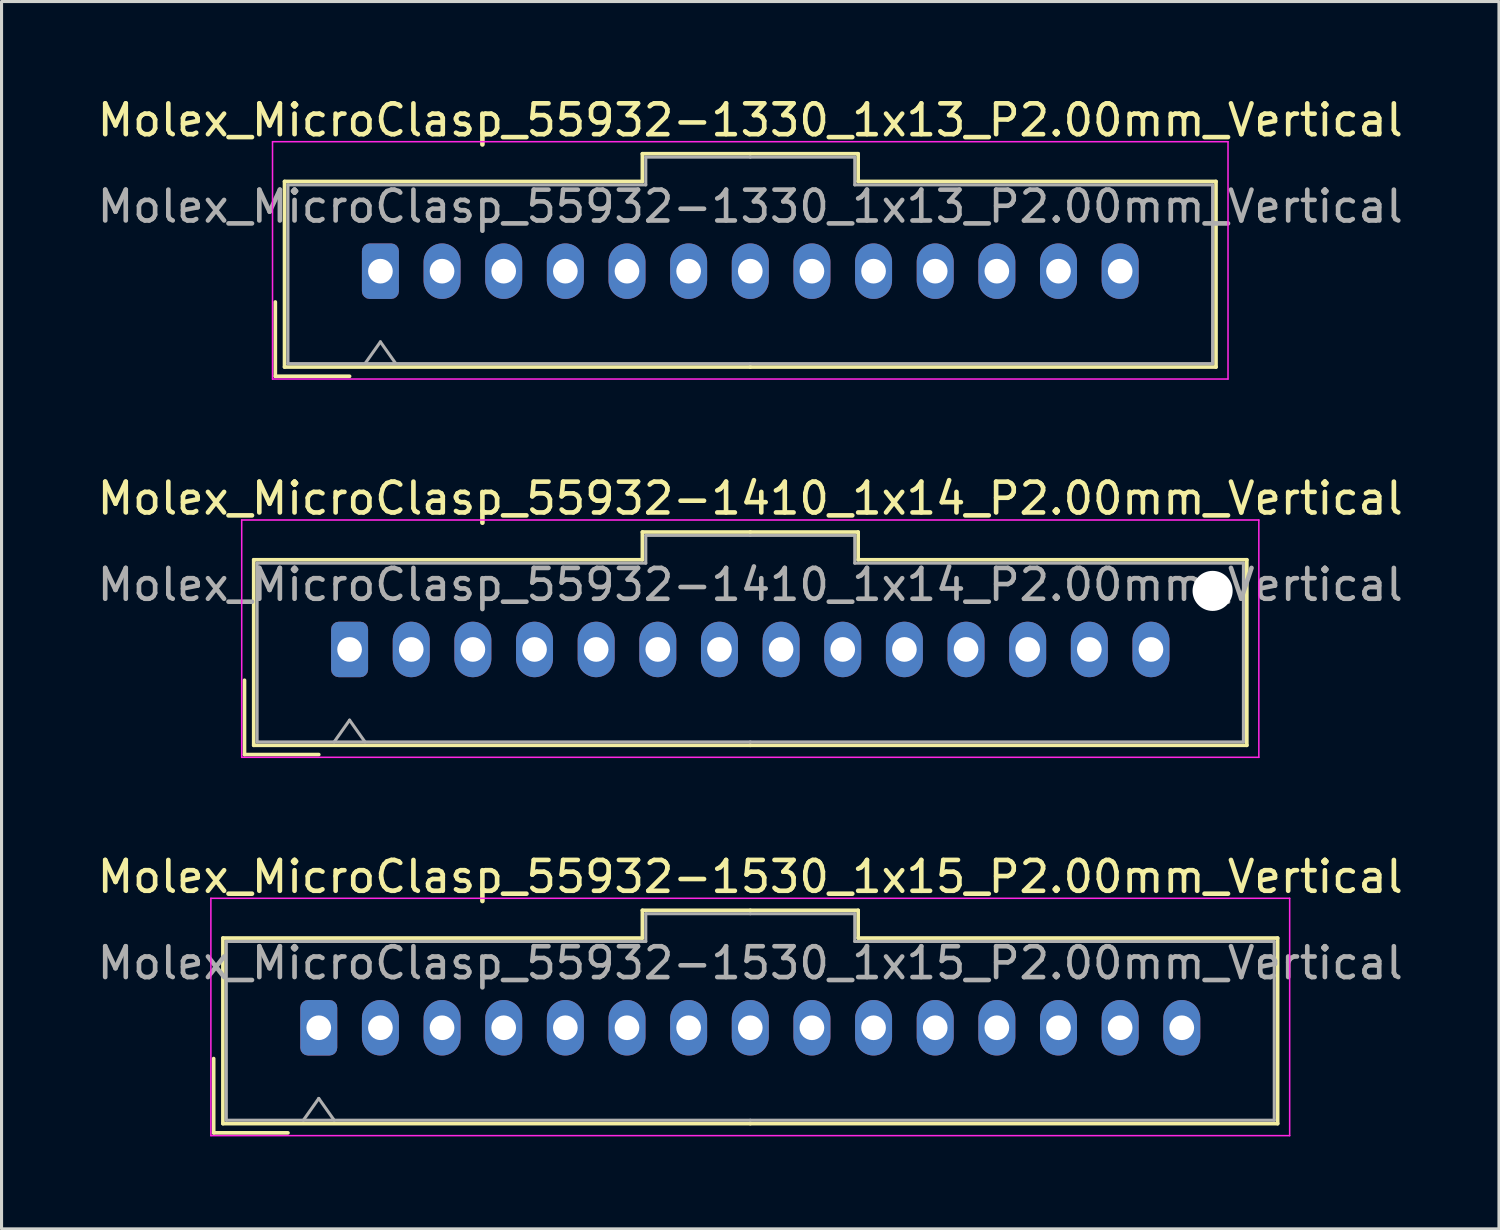
<source format=kicad_pcb>
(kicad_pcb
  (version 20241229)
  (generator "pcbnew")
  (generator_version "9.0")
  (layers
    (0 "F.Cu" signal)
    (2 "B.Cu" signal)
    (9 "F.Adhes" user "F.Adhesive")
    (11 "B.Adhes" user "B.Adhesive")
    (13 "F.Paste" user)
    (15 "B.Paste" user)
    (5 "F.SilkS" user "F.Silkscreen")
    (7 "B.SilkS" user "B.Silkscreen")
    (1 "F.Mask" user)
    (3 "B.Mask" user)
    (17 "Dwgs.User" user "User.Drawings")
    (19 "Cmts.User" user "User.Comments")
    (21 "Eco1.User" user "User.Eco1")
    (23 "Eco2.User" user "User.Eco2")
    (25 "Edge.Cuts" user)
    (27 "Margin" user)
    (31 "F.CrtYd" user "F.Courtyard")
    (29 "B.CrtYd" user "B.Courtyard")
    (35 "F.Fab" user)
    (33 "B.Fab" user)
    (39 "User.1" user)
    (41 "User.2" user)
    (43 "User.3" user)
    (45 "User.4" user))
  (footprint "Molex_MicroClasp_55932-1530_1x15_P2.00mm_Vertical"
    (layer "F.Cu")
    (at 7.292 30.295)
    (property "Reference" "Molex_MicroClasp_55932-1530_1x15_P2.00mm_Vertical" (at 14 -4.9 0) (layer "F.SilkS") (effects (font (size 1 1) (thickness 0.15))))
    (attr through_hole)
    (fp_line (start -3.41 1) (end -3.41 3.41) (stroke (width 0.12) (type solid)) (layer "F.SilkS"))
    (fp_line (start -3.41 3.41) (end -1 3.41) (stroke (width 0.12) (type solid)) (layer "F.SilkS"))
    (fp_line (start -3.11 -2.91) (end -3.11 3.11) (stroke (width 0.12) (type solid)) (layer "F.SilkS"))
    (fp_line (start -3.11 3.11) (end 14 3.11) (stroke (width 0.12) (type solid)) (layer "F.SilkS"))
    (fp_line (start 10.5 -3.81) (end 10.5 -2.91) (stroke (width 0.12) (type solid)) (layer "F.SilkS"))
    (fp_line (start 10.5 -2.91) (end -3.11 -2.91) (stroke (width 0.12) (type solid)) (layer "F.SilkS"))
    (fp_line (start 14 -3.81) (end 10.5 -3.81) (stroke (width 0.12) (type solid)) (layer "F.SilkS"))
    (fp_line (start 14 -3.81) (end 17.5 -3.81) (stroke (width 0.12) (type solid)) (layer "F.SilkS"))
    (fp_line (start 17.5 -3.81) (end 17.5 -2.91) (stroke (width 0.12) (type solid)) (layer "F.SilkS"))
    (fp_line (start 17.5 -2.91) (end 31.11 -2.91) (stroke (width 0.12) (type solid)) (layer "F.SilkS"))
    (fp_line (start 31.11 -2.91) (end 31.11 3.11) (stroke (width 0.12) (type solid)) (layer "F.SilkS"))
    (fp_line (start 31.11 3.11) (end 14 3.11) (stroke (width 0.12) (type solid)) (layer "F.SilkS"))
    (fp_line (start -3.5 -4.2) (end -3.5 3.5) (stroke (width 0.05) (type solid)) (layer "F.CrtYd"))
    (fp_line (start -3.5 3.5) (end 31.5 3.5) (stroke (width 0.05) (type solid)) (layer "F.CrtYd"))
    (fp_line (start 31.5 -4.2) (end -3.5 -4.2) (stroke (width 0.05) (type solid)) (layer "F.CrtYd"))
    (fp_line (start 31.5 3.5) (end 31.5 -4.2) (stroke (width 0.05) (type solid)) (layer "F.CrtYd"))
    (fp_line (start -3 -2.8) (end -3 3) (stroke (width 0.1) (type solid)) (layer "F.Fab"))
    (fp_line (start -3 3) (end 14 3) (stroke (width 0.1) (type solid)) (layer "F.Fab"))
    (fp_line (start -0.5 3) (end 0 2.293) (stroke (width 0.1) (type solid)) (layer "F.Fab"))
    (fp_line (start 0 2.293) (end 0.5 3) (stroke (width 0.1) (type solid)) (layer "F.Fab"))
    (fp_line (start 10.61 -3.7) (end 10.61 -2.8) (stroke (width 0.1) (type solid)) (layer "F.Fab"))
    (fp_line (start 10.61 -2.8) (end -3 -2.8) (stroke (width 0.1) (type solid)) (layer "F.Fab"))
    (fp_line (start 14 -3.7) (end 10.61 -3.7) (stroke (width 0.1) (type solid)) (layer "F.Fab"))
    (fp_line (start 14 -3.7) (end 17.39 -3.7) (stroke (width 0.1) (type solid)) (layer "F.Fab"))
    (fp_line (start 17.39 -3.7) (end 17.39 -2.8) (stroke (width 0.1) (type solid)) (layer "F.Fab"))
    (fp_line (start 17.39 -2.8) (end 31 -2.8) (stroke (width 0.1) (type solid)) (layer "F.Fab"))
    (fp_line (start 31 -2.8) (end 31 3) (stroke (width 0.1) (type solid)) (layer "F.Fab"))
    (fp_line (start 31 3) (end 14 3) (stroke (width 0.1) (type solid)) (layer "F.Fab"))
    (fp_text user "${REFERENCE}" (at 14 -2.1 0) (layer "F.Fab") (effects (font (size 1 1) (thickness 0.15))))
    (pad "1" thru_hole roundrect (at 0 0) (size 1.2 1.8) (drill 0.8) (layers "*.Cu" "*.Mask") (roundrect_rratio 0.208))
    (pad "2" thru_hole oval (at 2 0) (size 1.2 1.8) (drill 0.8) (layers "*.Cu" "*.Mask"))
    (pad "3" thru_hole oval (at 4 0) (size 1.2 1.8) (drill 0.8) (layers "*.Cu" "*.Mask"))
    (pad "4" thru_hole oval (at 6 0) (size 1.2 1.8) (drill 0.8) (layers "*.Cu" "*.Mask"))
    (pad "5" thru_hole oval (at 8 0) (size 1.2 1.8) (drill 0.8) (layers "*.Cu" "*.Mask"))
    (pad "6" thru_hole oval (at 10 0) (size 1.2 1.8) (drill 0.8) (layers "*.Cu" "*.Mask"))
    (pad "7" thru_hole oval (at 12 0) (size 1.2 1.8) (drill 0.8) (layers "*.Cu" "*.Mask"))
    (pad "8" thru_hole oval (at 14 0) (size 1.2 1.8) (drill 0.8) (layers "*.Cu" "*.Mask"))
    (pad "9" thru_hole oval (at 16 0) (size 1.2 1.8) (drill 0.8) (layers "*.Cu" "*.Mask"))
    (pad "10" thru_hole oval (at 18 0) (size 1.2 1.8) (drill 0.8) (layers "*.Cu" "*.Mask"))
    (pad "11" thru_hole oval (at 20 0) (size 1.2 1.8) (drill 0.8) (layers "*.Cu" "*.Mask"))
    (pad "12" thru_hole oval (at 22 0) (size 1.2 1.8) (drill 0.8) (layers "*.Cu" "*.Mask"))
    (pad "13" thru_hole oval (at 24 0) (size 1.2 1.8) (drill 0.8) (layers "*.Cu" "*.Mask"))
    (pad "14" thru_hole oval (at 26 0) (size 1.2 1.8) (drill 0.8) (layers "*.Cu" "*.Mask"))
    (pad "15" thru_hole oval (at 28 0) (size 1.2 1.8) (drill 0.8) (layers "*.Cu" "*.Mask")))
  (footprint "Molex_MicroClasp_55932-1330_1x13_P2.00mm_Vertical"
    (layer "F.Cu")
    (at 9.292 5.748)
    (property "Reference" "Molex_MicroClasp_55932-1330_1x13_P2.00mm_Vertical" (at 12 -4.9 0) (layer "F.SilkS") (effects (font (size 1 1) (thickness 0.15))))
    (attr through_hole)
    (fp_line (start -3.41 1) (end -3.41 3.41) (stroke (width 0.12) (type solid)) (layer "F.SilkS"))
    (fp_line (start -3.41 3.41) (end -1 3.41) (stroke (width 0.12) (type solid)) (layer "F.SilkS"))
    (fp_line (start -3.11 -2.91) (end -3.11 3.11) (stroke (width 0.12) (type solid)) (layer "F.SilkS"))
    (fp_line (start -3.11 3.11) (end 12 3.11) (stroke (width 0.12) (type solid)) (layer "F.SilkS"))
    (fp_line (start 8.5 -3.81) (end 8.5 -2.91) (stroke (width 0.12) (type solid)) (layer "F.SilkS"))
    (fp_line (start 8.5 -2.91) (end -3.11 -2.91) (stroke (width 0.12) (type solid)) (layer "F.SilkS"))
    (fp_line (start 12 -3.81) (end 8.5 -3.81) (stroke (width 0.12) (type solid)) (layer "F.SilkS"))
    (fp_line (start 12 -3.81) (end 15.5 -3.81) (stroke (width 0.12) (type solid)) (layer "F.SilkS"))
    (fp_line (start 15.5 -3.81) (end 15.5 -2.91) (stroke (width 0.12) (type solid)) (layer "F.SilkS"))
    (fp_line (start 15.5 -2.91) (end 27.11 -2.91) (stroke (width 0.12) (type solid)) (layer "F.SilkS"))
    (fp_line (start 27.11 -2.91) (end 27.11 3.11) (stroke (width 0.12) (type solid)) (layer "F.SilkS"))
    (fp_line (start 27.11 3.11) (end 12 3.11) (stroke (width 0.12) (type solid)) (layer "F.SilkS"))
    (fp_line (start -3.5 -4.2) (end -3.5 3.5) (stroke (width 0.05) (type solid)) (layer "F.CrtYd"))
    (fp_line (start -3.5 3.5) (end 27.5 3.5) (stroke (width 0.05) (type solid)) (layer "F.CrtYd"))
    (fp_line (start 27.5 -4.2) (end -3.5 -4.2) (stroke (width 0.05) (type solid)) (layer "F.CrtYd"))
    (fp_line (start 27.5 3.5) (end 27.5 -4.2) (stroke (width 0.05) (type solid)) (layer "F.CrtYd"))
    (fp_line (start -3 -2.8) (end -3 3) (stroke (width 0.1) (type solid)) (layer "F.Fab"))
    (fp_line (start -3 3) (end 12 3) (stroke (width 0.1) (type solid)) (layer "F.Fab"))
    (fp_line (start -0.5 3) (end 0 2.293) (stroke (width 0.1) (type solid)) (layer "F.Fab"))
    (fp_line (start 0 2.293) (end 0.5 3) (stroke (width 0.1) (type solid)) (layer "F.Fab"))
    (fp_line (start 8.61 -3.7) (end 8.61 -2.8) (stroke (width 0.1) (type solid)) (layer "F.Fab"))
    (fp_line (start 8.61 -2.8) (end -3 -2.8) (stroke (width 0.1) (type solid)) (layer "F.Fab"))
    (fp_line (start 12 -3.7) (end 8.61 -3.7) (stroke (width 0.1) (type solid)) (layer "F.Fab"))
    (fp_line (start 12 -3.7) (end 15.39 -3.7) (stroke (width 0.1) (type solid)) (layer "F.Fab"))
    (fp_line (start 15.39 -3.7) (end 15.39 -2.8) (stroke (width 0.1) (type solid)) (layer "F.Fab"))
    (fp_line (start 15.39 -2.8) (end 27 -2.8) (stroke (width 0.1) (type solid)) (layer "F.Fab"))
    (fp_line (start 27 -2.8) (end 27 3) (stroke (width 0.1) (type solid)) (layer "F.Fab"))
    (fp_line (start 27 3) (end 12 3) (stroke (width 0.1) (type solid)) (layer "F.Fab"))
    (fp_text user "${REFERENCE}" (at 12 -2.1 0) (layer "F.Fab") (effects (font (size 1 1) (thickness 0.15))))
    (pad "1" thru_hole roundrect (at 0 0) (size 1.2 1.8) (drill 0.8) (layers "*.Cu" "*.Mask") (roundrect_rratio 0.208))
    (pad "2" thru_hole oval (at 2 0) (size 1.2 1.8) (drill 0.8) (layers "*.Cu" "*.Mask"))
    (pad "3" thru_hole oval (at 4 0) (size 1.2 1.8) (drill 0.8) (layers "*.Cu" "*.Mask"))
    (pad "4" thru_hole oval (at 6 0) (size 1.2 1.8) (drill 0.8) (layers "*.Cu" "*.Mask"))
    (pad "5" thru_hole oval (at 8 0) (size 1.2 1.8) (drill 0.8) (layers "*.Cu" "*.Mask"))
    (pad "6" thru_hole oval (at 10 0) (size 1.2 1.8) (drill 0.8) (layers "*.Cu" "*.Mask"))
    (pad "7" thru_hole oval (at 12 0) (size 1.2 1.8) (drill 0.8) (layers "*.Cu" "*.Mask"))
    (pad "8" thru_hole oval (at 14 0) (size 1.2 1.8) (drill 0.8) (layers "*.Cu" "*.Mask"))
    (pad "9" thru_hole oval (at 16 0) (size 1.2 1.8) (drill 0.8) (layers "*.Cu" "*.Mask"))
    (pad "10" thru_hole oval (at 18 0) (size 1.2 1.8) (drill 0.8) (layers "*.Cu" "*.Mask"))
    (pad "11" thru_hole oval (at 20 0) (size 1.2 1.8) (drill 0.8) (layers "*.Cu" "*.Mask"))
    (pad "12" thru_hole oval (at 22 0) (size 1.2 1.8) (drill 0.8) (layers "*.Cu" "*.Mask"))
    (pad "13" thru_hole oval (at 24 0) (size 1.2 1.8) (drill 0.8) (layers "*.Cu" "*.Mask")))
  (footprint "Molex_MicroClasp_55932-1410_1x14_P2.00mm_Vertical"
    (layer "F.Cu")
    (at 8.292 18.021)
    (property "Reference" "Molex_MicroClasp_55932-1410_1x14_P2.00mm_Vertical" (at 13 -4.9 0) (layer "F.SilkS") (effects (font (size 1 1) (thickness 0.15))))
    (attr through_hole)
    (fp_line (start -3.41 1) (end -3.41 3.41) (stroke (width 0.12) (type solid)) (layer "F.SilkS"))
    (fp_line (start -3.41 3.41) (end -1 3.41) (stroke (width 0.12) (type solid)) (layer "F.SilkS"))
    (fp_line (start -3.11 -2.91) (end -3.11 3.11) (stroke (width 0.12) (type solid)) (layer "F.SilkS"))
    (fp_line (start -3.11 3.11) (end 13 3.11) (stroke (width 0.12) (type solid)) (layer "F.SilkS"))
    (fp_line (start 9.5 -3.81) (end 9.5 -2.91) (stroke (width 0.12) (type solid)) (layer "F.SilkS"))
    (fp_line (start 9.5 -2.91) (end -3.11 -2.91) (stroke (width 0.12) (type solid)) (layer "F.SilkS"))
    (fp_line (start 13 -3.81) (end 9.5 -3.81) (stroke (width 0.12) (type solid)) (layer "F.SilkS"))
    (fp_line (start 13 -3.81) (end 16.5 -3.81) (stroke (width 0.12) (type solid)) (layer "F.SilkS"))
    (fp_line (start 16.5 -3.81) (end 16.5 -2.91) (stroke (width 0.12) (type solid)) (layer "F.SilkS"))
    (fp_line (start 16.5 -2.91) (end 29.11 -2.91) (stroke (width 0.12) (type solid)) (layer "F.SilkS"))
    (fp_line (start 29.11 -2.91) (end 29.11 3.11) (stroke (width 0.12) (type solid)) (layer "F.SilkS"))
    (fp_line (start 29.11 3.11) (end 13 3.11) (stroke (width 0.12) (type solid)) (layer "F.SilkS"))
    (fp_line (start -3.5 -4.2) (end -3.5 3.5) (stroke (width 0.05) (type solid)) (layer "F.CrtYd"))
    (fp_line (start -3.5 3.5) (end 29.5 3.5) (stroke (width 0.05) (type solid)) (layer "F.CrtYd"))
    (fp_line (start 29.5 -4.2) (end -3.5 -4.2) (stroke (width 0.05) (type solid)) (layer "F.CrtYd"))
    (fp_line (start 29.5 3.5) (end 29.5 -4.2) (stroke (width 0.05) (type solid)) (layer "F.CrtYd"))
    (fp_line (start -3 -2.8) (end -3 3) (stroke (width 0.1) (type solid)) (layer "F.Fab"))
    (fp_line (start -3 3) (end 13 3) (stroke (width 0.1) (type solid)) (layer "F.Fab"))
    (fp_line (start -0.5 3) (end 0 2.293) (stroke (width 0.1) (type solid)) (layer "F.Fab"))
    (fp_line (start 0 2.293) (end 0.5 3) (stroke (width 0.1) (type solid)) (layer "F.Fab"))
    (fp_line (start 9.61 -3.7) (end 9.61 -2.8) (stroke (width 0.1) (type solid)) (layer "F.Fab"))
    (fp_line (start 9.61 -2.8) (end -3 -2.8) (stroke (width 0.1) (type solid)) (layer "F.Fab"))
    (fp_line (start 13 -3.7) (end 9.61 -3.7) (stroke (width 0.1) (type solid)) (layer "F.Fab"))
    (fp_line (start 13 -3.7) (end 16.39 -3.7) (stroke (width 0.1) (type solid)) (layer "F.Fab"))
    (fp_line (start 16.39 -3.7) (end 16.39 -2.8) (stroke (width 0.1) (type solid)) (layer "F.Fab"))
    (fp_line (start 16.39 -2.8) (end 29 -2.8) (stroke (width 0.1) (type solid)) (layer "F.Fab"))
    (fp_line (start 29 -2.8) (end 29 3) (stroke (width 0.1) (type solid)) (layer "F.Fab"))
    (fp_line (start 29 3) (end 13 3) (stroke (width 0.1) (type solid)) (layer "F.Fab"))
    (fp_text user "${REFERENCE}" (at 13 -2.1 0) (layer "F.Fab") (effects (font (size 1 1) (thickness 0.15))))
    (pad "" np_thru_hole circle (at 28 -1.9) (size 1.3 1.3) (drill 1.3) (layers "*.Cu" "*.Mask"))
    (pad "1" thru_hole roundrect (at 0 0) (size 1.2 1.8) (drill 0.8) (layers "*.Cu" "*.Mask") (roundrect_rratio 0.208))
    (pad "2" thru_hole oval (at 2 0) (size 1.2 1.8) (drill 0.8) (layers "*.Cu" "*.Mask"))
    (pad "3" thru_hole oval (at 4 0) (size 1.2 1.8) (drill 0.8) (layers "*.Cu" "*.Mask"))
    (pad "4" thru_hole oval (at 6 0) (size 1.2 1.8) (drill 0.8) (layers "*.Cu" "*.Mask"))
    (pad "5" thru_hole oval (at 8 0) (size 1.2 1.8) (drill 0.8) (layers "*.Cu" "*.Mask"))
    (pad "6" thru_hole oval (at 10 0) (size 1.2 1.8) (drill 0.8) (layers "*.Cu" "*.Mask"))
    (pad "7" thru_hole oval (at 12 0) (size 1.2 1.8) (drill 0.8) (layers "*.Cu" "*.Mask"))
    (pad "8" thru_hole oval (at 14 0) (size 1.2 1.8) (drill 0.8) (layers "*.Cu" "*.Mask"))
    (pad "9" thru_hole oval (at 16 0) (size 1.2 1.8) (drill 0.8) (layers "*.Cu" "*.Mask"))
    (pad "10" thru_hole oval (at 18 0) (size 1.2 1.8) (drill 0.8) (layers "*.Cu" "*.Mask"))
    (pad "11" thru_hole oval (at 20 0) (size 1.2 1.8) (drill 0.8) (layers "*.Cu" "*.Mask"))
    (pad "12" thru_hole oval (at 22 0) (size 1.2 1.8) (drill 0.8) (layers "*.Cu" "*.Mask"))
    (pad "13" thru_hole oval (at 24 0) (size 1.2 1.8) (drill 0.8) (layers "*.Cu" "*.Mask"))
    (pad "14" thru_hole oval (at 26 0) (size 1.2 1.8) (drill 0.8) (layers "*.Cu" "*.Mask")))
  (gr_rect
    (start -3 -3)
    (end 45.583 36.82)
    (stroke (width 0.1) (type default))
    (fill no)
    (layer "Edge.Cuts")))
</source>
